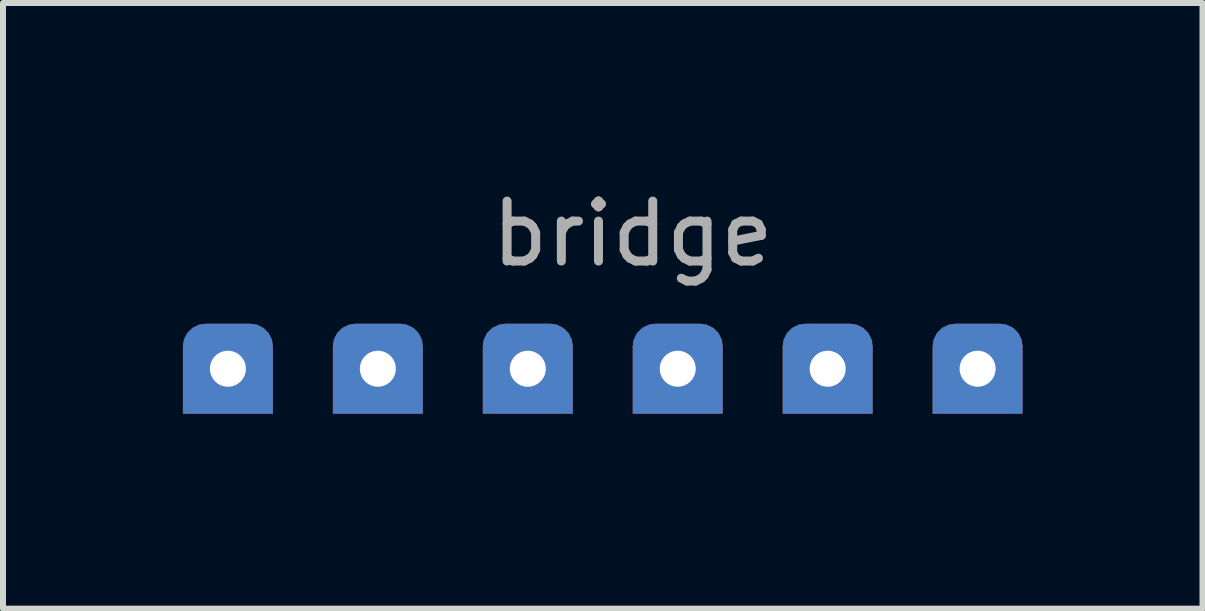
<source format=kicad_pcb>
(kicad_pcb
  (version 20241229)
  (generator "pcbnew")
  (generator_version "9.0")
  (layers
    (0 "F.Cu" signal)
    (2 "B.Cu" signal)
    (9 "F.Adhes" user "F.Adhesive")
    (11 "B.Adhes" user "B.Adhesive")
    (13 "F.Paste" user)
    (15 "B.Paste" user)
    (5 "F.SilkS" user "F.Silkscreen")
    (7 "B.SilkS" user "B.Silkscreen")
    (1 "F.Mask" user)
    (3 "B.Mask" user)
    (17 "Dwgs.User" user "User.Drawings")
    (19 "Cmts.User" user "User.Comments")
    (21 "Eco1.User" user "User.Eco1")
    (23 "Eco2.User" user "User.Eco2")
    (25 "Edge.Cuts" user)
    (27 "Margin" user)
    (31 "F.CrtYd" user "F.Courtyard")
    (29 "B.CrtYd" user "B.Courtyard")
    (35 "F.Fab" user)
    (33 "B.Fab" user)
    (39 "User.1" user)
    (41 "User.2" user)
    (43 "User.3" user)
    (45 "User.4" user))
  (footprint "bridge"
    (layer "F.Cu")
    (at 7 3.848)
    (property "Reference" "bridge" (at 0.5 -3 0) (layer "F.Fab") (effects (font (size 1 1) (thickness 0.15))))
    (attr through_hole)
    (pad "1" thru_hole roundrect (at 6.25 -0.75) (size 1.5 1.5) (drill 0.6) (layers "*.Cu" "F.Mask") (roundrect_rratio 0.25) (chamfer_ratio 0) (chamfer bottom_left bottom_right))
    (pad "2" thru_hole roundrect (at 3.75 -0.75) (size 1.5 1.5) (drill 0.6) (layers "*.Cu" "F.Mask") (roundrect_rratio 0.25) (chamfer_ratio 0) (chamfer bottom_left bottom_right))
    (pad "3" thru_hole roundrect (at 1.25 -0.75) (size 1.5 1.5) (drill 0.6) (layers "*.Cu" "F.Mask") (roundrect_rratio 0.25) (chamfer_ratio 0) (chamfer bottom_left bottom_right))
    (pad "4" thru_hole roundrect (at -1.25 -0.75) (size 1.5 1.5) (drill 0.6) (layers "*.Cu" "F.Mask") (roundrect_rratio 0.25) (chamfer_ratio 0) (chamfer bottom_left bottom_right))
    (pad "5" thru_hole roundrect (at -3.75 -0.75) (size 1.5 1.5) (drill 0.6) (layers "*.Cu" "F.Mask") (roundrect_rratio 0.25) (chamfer_ratio 0) (chamfer bottom_left bottom_right))
    (pad "6" thru_hole roundrect (at -6.25 -0.75) (size 1.5 1.5) (drill 0.6) (layers "*.Cu" "F.Mask") (roundrect_rratio 0.25) (chamfer_ratio 0) (chamfer bottom_left bottom_right)))
  (gr_rect
    (start -3 -3)
    (end 17 7.098)
    (stroke (width 0.1) (type default))
    (fill no)
    (layer "Edge.Cuts")))
</source>
